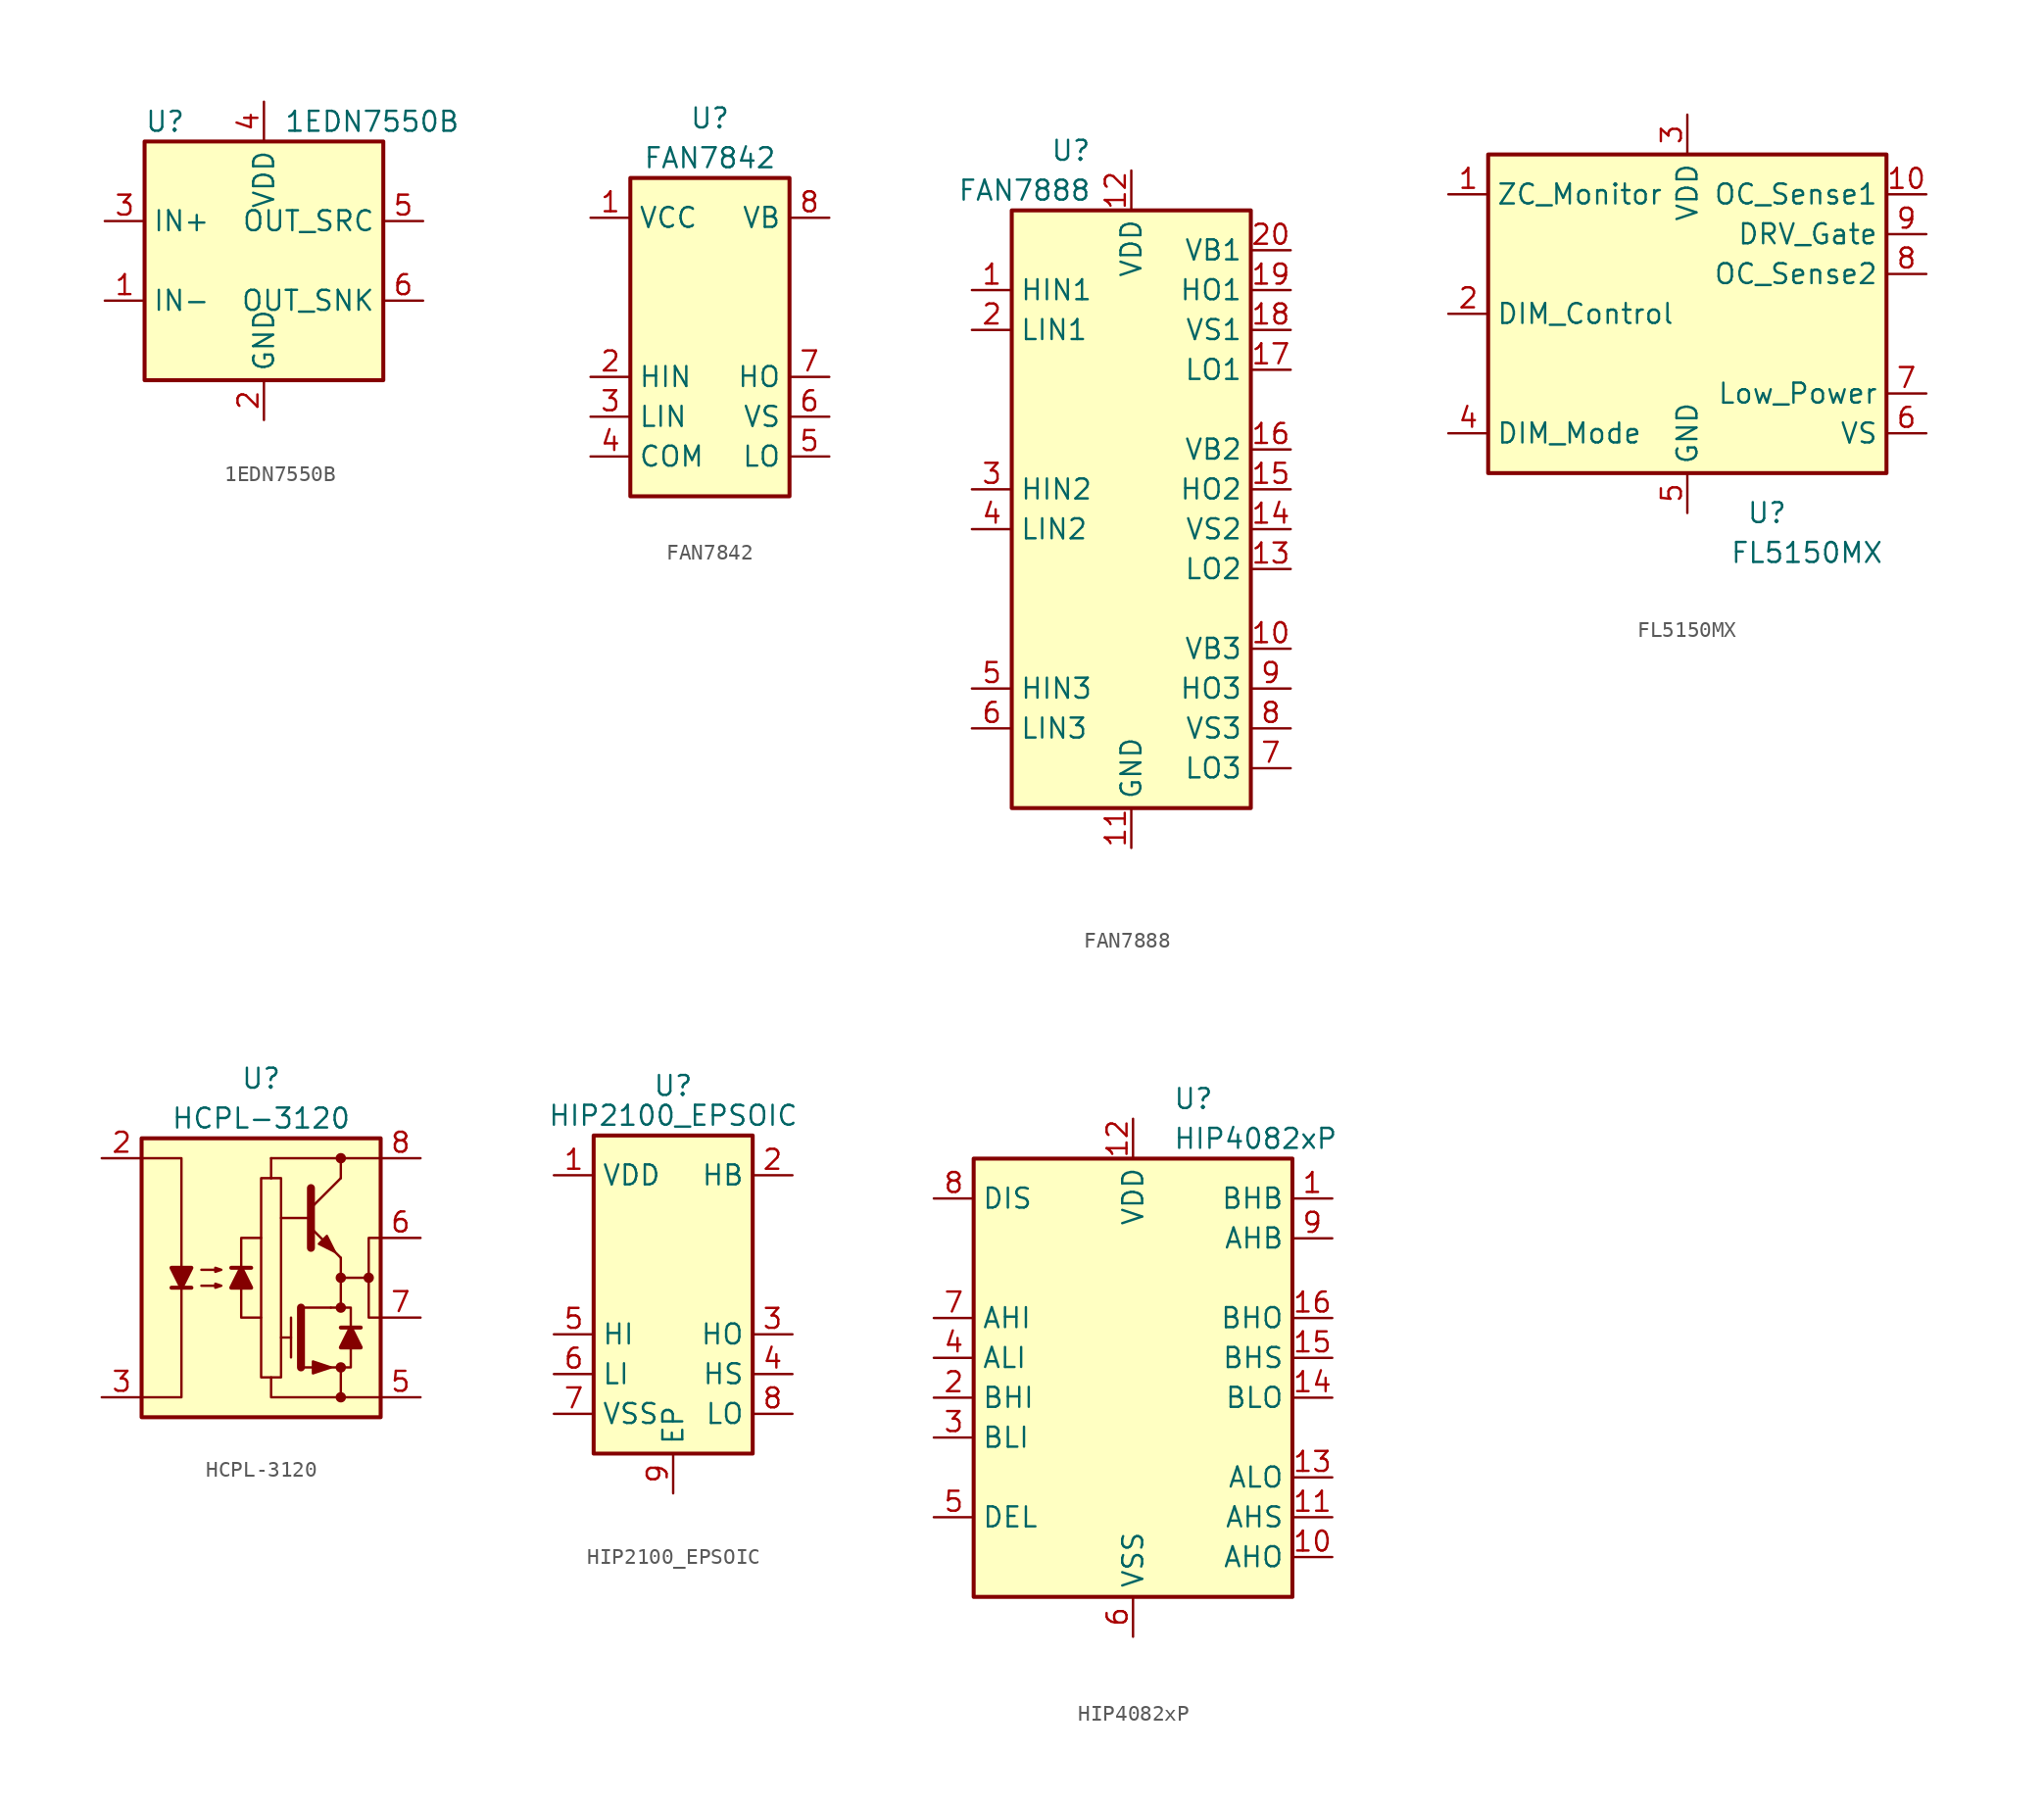
<source format=kicad_sym>
(kicad_symbol_lib
  (version 20201005)
  (generator kicad_symbol_editor)
  (symbol "Driver_FET:1EDN7550B"
    (property "Reference" "U"
      (at -7.62 8.89 0)
      (effects (font (size 1.27 1.27)) (justify left)))
    (property "Value" "1EDN7550B"
      (at 1.27 8.89 0)
      (effects (font (size 1.27 1.27)) (justify left)))
    (symbol "1EDN7550B_0_1"
      (rectangle (start -7.62 -7.62) (end 7.62 7.62) (stroke (width 0.254)) (fill (type background))))
    (symbol "1EDN7550B_1_1"
      (pin input line (at -10.16 -2.54 0) (length 2.54) (name "IN-" (effects (font (size 1.27 1.27)))) (number "1" (effects (font (size 1.27 1.27)))))
      (pin power_in line (at 0 -10.16 90) (length 2.54) (name "GND" (effects (font (size 1.27 1.27)))) (number "2" (effects (font (size 1.27 1.27)))))
      (pin input line (at -10.16 2.54 0) (length 2.54) (name "IN+" (effects (font (size 1.27 1.27)))) (number "3" (effects (font (size 1.27 1.27)))))
      (pin power_in line (at 0 10.16 270) (length 2.54) (name "VDD" (effects (font (size 1.27 1.27)))) (number "4" (effects (font (size 1.27 1.27)))))
      (pin output line (at 10.16 2.54 180) (length 2.54) (name "OUT_SRC" (effects (font (size 1.27 1.27)))) (number "5" (effects (font (size 1.27 1.27)))))
      (pin output line (at 10.16 -2.54 180) (length 2.54) (name "OUT_SNK" (effects (font (size 1.27 1.27)))) (number "6" (effects (font (size 1.27 1.27)))))))
  (symbol "Driver_FET:FAN7842"
    (property "Reference" "U"
      (at 0 13.97 0)
      (effects (font (size 1.27 1.27))))
    (property "Value" "FAN7842"
      (at 0 11.43 0)
      (effects (font (size 1.27 1.27))))
    (symbol "FAN7842_0_1"
      (rectangle (start -5.08 10.16) (end 5.08 -10.16) (stroke (width 0.254)) (fill (type background))))
    (symbol "FAN7842_1_1"
      (pin power_in line (at -7.62 7.62 0) (length 2.54) (name "VCC" (effects (font (size 1.27 1.27)))) (number "1" (effects (font (size 1.27 1.27)))))
      (pin input line (at -7.62 -2.54 0) (length 2.54) (name "HIN" (effects (font (size 1.27 1.27)))) (number "2" (effects (font (size 1.27 1.27)))))
      (pin input line (at -7.62 -5.08 0) (length 2.54) (name "LIN" (effects (font (size 1.27 1.27)))) (number "3" (effects (font (size 1.27 1.27)))))
      (pin power_in line (at -7.62 -7.62 0) (length 2.54) (name "COM" (effects (font (size 1.27 1.27)))) (number "4" (effects (font (size 1.27 1.27)))))
      (pin output line (at 7.62 -7.62 180) (length 2.54) (name "LO" (effects (font (size 1.27 1.27)))) (number "5" (effects (font (size 1.27 1.27)))))
      (pin passive line (at 7.62 -5.08 180) (length 2.54) (name "VS" (effects (font (size 1.27 1.27)))) (number "6" (effects (font (size 1.27 1.27)))))
      (pin output line (at 7.62 -2.54 180) (length 2.54) (name "HO" (effects (font (size 1.27 1.27)))) (number "7" (effects (font (size 1.27 1.27)))))
      (pin passive line (at 7.62 7.62 180) (length 2.54) (name "VB" (effects (font (size 1.27 1.27)))) (number "8" (effects (font (size 1.27 1.27)))))))
  (symbol "Driver_FET:FAN7888"
    (property "Reference" "U"
      (at -2.54 24.13 0)
      (effects (font (size 1.27 1.27)) (justify right)))
    (property "Value" "FAN7888"
      (at -2.54 21.59 0)
      (effects (font (size 1.27 1.27)) (justify right)))
    (symbol "FAN7888_0_1"
      (rectangle (start -7.62 20.32) (end 7.62 -17.78) (stroke (width 0.254)) (fill (type background))))
    (symbol "FAN7888_1_1"
      (pin input line (at -10.16 15.24 0) (length 2.54) (name "HIN1" (effects (font (size 1.27 1.27)))) (number "1" (effects (font (size 1.27 1.27)))))
      (pin passive line (at 10.16 -7.62 180) (length 2.54) (name "VB3" (effects (font (size 1.27 1.27)))) (number "10" (effects (font (size 1.27 1.27)))))
      (pin power_in line (at 0 -20.32 90) (length 2.54) (name "GND" (effects (font (size 1.27 1.27)))) (number "11" (effects (font (size 1.27 1.27)))))
      (pin power_in line (at 0 22.86 270) (length 2.54) (name "VDD" (effects (font (size 1.27 1.27)))) (number "12" (effects (font (size 1.27 1.27)))))
      (pin output line (at 10.16 -2.54 180) (length 2.54) (name "LO2" (effects (font (size 1.27 1.27)))) (number "13" (effects (font (size 1.27 1.27)))))
      (pin passive line (at 10.16 0 180) (length 2.54) (name "VS2" (effects (font (size 1.27 1.27)))) (number "14" (effects (font (size 1.27 1.27)))))
      (pin output line (at 10.16 2.54 180) (length 2.54) (name "HO2" (effects (font (size 1.27 1.27)))) (number "15" (effects (font (size 1.27 1.27)))))
      (pin passive line (at 10.16 5.08 180) (length 2.54) (name "VB2" (effects (font (size 1.27 1.27)))) (number "16" (effects (font (size 1.27 1.27)))))
      (pin output line (at 10.16 10.16 180) (length 2.54) (name "LO1" (effects (font (size 1.27 1.27)))) (number "17" (effects (font (size 1.27 1.27)))))
      (pin passive line (at 10.16 12.7 180) (length 2.54) (name "VS1" (effects (font (size 1.27 1.27)))) (number "18" (effects (font (size 1.27 1.27)))))
      (pin output line (at 10.16 15.24 180) (length 2.54) (name "HO1" (effects (font (size 1.27 1.27)))) (number "19" (effects (font (size 1.27 1.27)))))
      (pin input line (at -10.16 12.7 0) (length 2.54) (name "LIN1" (effects (font (size 1.27 1.27)))) (number "2" (effects (font (size 1.27 1.27)))))
      (pin passive line (at 10.16 17.78 180) (length 2.54) (name "VB1" (effects (font (size 1.27 1.27)))) (number "20" (effects (font (size 1.27 1.27)))))
      (pin input line (at -10.16 2.54 0) (length 2.54) (name "HIN2" (effects (font (size 1.27 1.27)))) (number "3" (effects (font (size 1.27 1.27)))))
      (pin input line (at -10.16 0 0) (length 2.54) (name "LIN2" (effects (font (size 1.27 1.27)))) (number "4" (effects (font (size 1.27 1.27)))))
      (pin input line (at -10.16 -10.16 0) (length 2.54) (name "HIN3" (effects (font (size 1.27 1.27)))) (number "5" (effects (font (size 1.27 1.27)))))
      (pin input line (at -10.16 -12.7 0) (length 2.54) (name "LIN3" (effects (font (size 1.27 1.27)))) (number "6" (effects (font (size 1.27 1.27)))))
      (pin output line (at 10.16 -15.24 180) (length 2.54) (name "LO3" (effects (font (size 1.27 1.27)))) (number "7" (effects (font (size 1.27 1.27)))))
      (pin passive line (at 10.16 -12.7 180) (length 2.54) (name "VS3" (effects (font (size 1.27 1.27)))) (number "8" (effects (font (size 1.27 1.27)))))
      (pin output line (at 10.16 -10.16 180) (length 2.54) (name "HO3" (effects (font (size 1.27 1.27)))) (number "9" (effects (font (size 1.27 1.27)))))))
  (symbol "Driver_FET:FL5150MX"
    (property "Reference" "U"
      (at 5.08 -12.7 0)
      (effects (font (size 1.27 1.27))))
    (property "Value" "FL5150MX"
      (at 7.62 -15.24 0)
      (effects (font (size 1.27 1.27))))
    (symbol "FL5150MX_0_1"
      (rectangle (start -12.7 10.16) (end 12.7 -10.16) (stroke (width 0.254)) (fill (type background))))
    (symbol "FL5150MX_1_1"
      (pin input line (at -15.24 7.62 0) (length 2.54) (name "ZC_Monitor" (effects (font (size 1.27 1.27)))) (number "1" (effects (font (size 1.27 1.27)))))
      (pin input line (at 15.24 7.62 180) (length 2.54) (name "OC_Sense1" (effects (font (size 1.27 1.27)))) (number "10" (effects (font (size 1.27 1.27)))))
      (pin input line (at -15.24 0 0) (length 2.54) (name "DIM_Control" (effects (font (size 1.27 1.27)))) (number "2" (effects (font (size 1.27 1.27)))))
      (pin power_out line (at 0 12.7 270) (length 2.54) (name "VDD" (effects (font (size 1.27 1.27)))) (number "3" (effects (font (size 1.27 1.27)))))
      (pin input line (at -15.24 -7.62 0) (length 2.54) (name "DIM_Mode" (effects (font (size 1.27 1.27)))) (number "4" (effects (font (size 1.27 1.27)))))
      (pin power_out line (at 0 -12.7 90) (length 2.54) (name "GND" (effects (font (size 1.27 1.27)))) (number "5" (effects (font (size 1.27 1.27)))))
      (pin power_in line (at 15.24 -7.62 180) (length 2.54) (name "VS" (effects (font (size 1.27 1.27)))) (number "6" (effects (font (size 1.27 1.27)))))
      (pin input line (at 15.24 -5.08 180) (length 2.54) (name "Low_Power" (effects (font (size 1.27 1.27)))) (number "7" (effects (font (size 1.27 1.27)))))
      (pin input line (at 15.24 2.54 180) (length 2.54) (name "OC_Sense2" (effects (font (size 1.27 1.27)))) (number "8" (effects (font (size 1.27 1.27)))))
      (pin output line (at 15.24 5.08 180) (length 2.54) (name "DRV_Gate" (effects (font (size 1.27 1.27)))) (number "9" (effects (font (size 1.27 1.27)))))))
  (symbol "Driver_FET:HCPL-3120"
    (pin_names hide)
    (property "Reference" "U"
      (at 0 12.7 0)
      (effects (font (size 1.27 1.27))))
    (property "Value" "HCPL-3120"
      (at 0 10.16 0)
      (effects (font (size 1.27 1.27))))
    (symbol "HCPL-3120_0_1"
      (circle (center 5.08 -7.62) (radius 0.254) (stroke (width 0)) (fill (type outline)))
      (circle (center 5.08 -5.715) (radius 0.254) (stroke (width 0)) (fill (type outline)))
      (circle (center 5.08 -1.905) (radius 0.254) (stroke (width 0)) (fill (type outline)))
      (circle (center 5.08 0) (radius 0.254) (stroke (width 0)) (fill (type outline)))
      (circle (center 5.08 7.62) (radius 0.254) (stroke (width 0)) (fill (type outline)))
      (circle (center 6.858 0) (radius 0.254) (stroke (width 0)) (fill (type outline)))
      (rectangle (start -7.62 8.89) (end 7.62 -8.89) (stroke (width 0.254)) (fill (type background)))
      (rectangle (start 0.635 6.35) (end 0.635 6.35) (stroke (width 0)) (fill (type none)))
      (rectangle (start 0.635 6.35) (end 0.635 7.62) (stroke (width 0)) (fill (type none)))
      (polyline (pts (xy -5.715 -0.635) (xy -4.445 -0.635)) (stroke (width 0.254)) (fill (type none)))
      (polyline (pts (xy -0.635 0.635) (xy -1.905 0.635)) (stroke (width 0.254)) (fill (type none)))
      (polyline (pts (xy 1.27 -3.81) (xy 1.905 -3.81)) (stroke (width 0)) (fill (type none)))
      (polyline (pts (xy 1.905 -5.08) (xy 1.905 -2.54)) (stroke (width 0)) (fill (type none)))
      (polyline (pts (xy 2.54 -5.715) (xy 2.54 -1.905)) (stroke (width 0.508)) (fill (type none)))
      (polyline (pts (xy 3.048 3.81) (xy 1.27 3.81)) (stroke (width 0)) (fill (type none)))
      (polyline (pts (xy 3.175 4.445) (xy 5.08 6.35)) (stroke (width 0)) (fill (type none)))
      (polyline (pts (xy 4.445 -1.905) (xy 2.54 -1.905)) (stroke (width 0)) (fill (type none)))
      (polyline (pts (xy 5.08 -5.715) (xy 5.08 -7.62)) (stroke (width 0)) (fill (type none)))
      (polyline (pts (xy 5.08 0) (xy 6.858 0)) (stroke (width 0)) (fill (type none)))
      (polyline (pts (xy 5.08 1.27) (xy 3.175 3.175)) (stroke (width 0)) (fill (type outline)))
      (polyline (pts (xy 5.08 1.27) (xy 5.08 -1.905)) (stroke (width 0)) (fill (type none)))
      (polyline (pts (xy 5.08 6.35) (xy 5.08 7.62)) (stroke (width 0)) (fill (type none)))
      (polyline (pts (xy 6.35 -3.175) (xy 5.08 -3.175)) (stroke (width 0.254)) (fill (type none)))
      (polyline (pts (xy 7.62 7.62) (xy 0.635 7.62)) (stroke (width 0)) (fill (type none)))
      (polyline (pts (xy -1.27 -0.635) (xy -1.27 -2.54) (xy 0 -2.54)) (stroke (width 0)) (fill (type none)))
      (polyline (pts (xy -1.27 0.635) (xy -1.27 2.54) (xy 0 2.54)) (stroke (width 0)) (fill (type none)))
      (polyline (pts (xy 0.635 -6.35) (xy 0.635 -7.62) (xy 7.62 -7.62)) (stroke (width 0)) (fill (type none)))
      (polyline (pts (xy 3.175 5.715) (xy 3.175 1.905) (xy 3.175 1.905)) (stroke (width 0.508)) (fill (type none)))
      (polyline (pts (xy 4.445 -1.905) (xy 5.715 -1.905) (xy 5.715 -3.175)) (stroke (width 0)) (fill (type none)))
      (polyline (pts (xy 5.715 -4.445) (xy 5.715 -5.715) (xy 2.54 -5.715)) (stroke (width 0)) (fill (type none)))
      (polyline (pts (xy -7.62 7.62) (xy -5.08 7.62) (xy -5.08 -7.62) (xy -7.62 -7.62)) (stroke (width 0)) (fill (type none)))
      (polyline (pts (xy -5.08 -0.635) (xy -5.715 0.635) (xy -4.445 0.635) (xy -5.08 -0.635)) (stroke (width 0.254)) (fill (type outline)))
      (polyline (pts (xy -1.27 0.635) (xy -0.635 -0.635) (xy -1.905 -0.635) (xy -1.27 0.635)) (stroke (width 0.254)) (fill (type outline)))
      (polyline (pts (xy 4.445 -5.715) (xy 3.302 -5.334) (xy 3.302 -6.096) (xy 4.445 -5.715)) (stroke (width 0)) (fill (type outline)))
      (polyline (pts (xy 5.715 -3.175) (xy 6.35 -4.445) (xy 5.08 -4.445) (xy 5.715 -3.175)) (stroke (width 0.254)) (fill (type outline)))
      (polyline (pts (xy 7.62 2.54) (xy 6.858 2.54) (xy 6.858 -2.54) (xy 7.62 -2.54)) (stroke (width 0)) (fill (type none)))
      (polyline (pts (xy -3.81 -0.508) (xy -2.54 -0.508) (xy -2.921 -0.635) (xy -2.921 -0.381) (xy -2.54 -0.508)) (stroke (width 0)) (fill (type none)))
      (polyline (pts (xy -3.81 0.508) (xy -2.54 0.508) (xy -2.921 0.381) (xy -2.921 0.635) (xy -2.54 0.508)) (stroke (width 0)) (fill (type none)))
      (polyline (pts (xy 1.27 6.35) (xy 1.27 -6.35) (xy 0 -6.35) (xy 0 6.35) (xy 1.27 6.35)) (stroke (width 0)) (fill (type none)))
      (polyline (pts (xy 3.683 2.159) (xy 4.191 2.667) (xy 4.699 1.651) (xy 3.683 2.159) (xy 3.683 2.159)) (stroke (width 0)) (fill (type outline))))
    (symbol "HCPL-3120_1_1"
      (pin no_connect line (at -7.62 2.54 0) (length 2.54) hide (name "NC" (effects (font (size 1.27 1.27)))) (number "1" (effects (font (size 1.27 1.27)))))
      (pin passive line (at -10.16 7.62 0) (length 2.54) (name "A" (effects (font (size 1.27 1.27)))) (number "2" (effects (font (size 1.27 1.27)))))
      (pin passive line (at -10.16 -7.62 0) (length 2.54) (name "C" (effects (font (size 1.27 1.27)))) (number "3" (effects (font (size 1.27 1.27)))))
      (pin no_connect line (at -7.62 -2.54 0) (length 2.54) hide (name "NC" (effects (font (size 1.27 1.27)))) (number "4" (effects (font (size 1.27 1.27)))))
      (pin power_out line (at 10.16 -7.62 180) (length 2.54) (name "VEE" (effects (font (size 1.27 1.27)))) (number "5" (effects (font (size 1.27 1.27)))))
      (pin output line (at 10.16 2.54 180) (length 2.54) (name "VO" (effects (font (size 1.27 1.27)))) (number "6" (effects (font (size 1.27 1.27)))))
      (pin output line (at 10.16 -2.54 180) (length 2.54) (name "VO" (effects (font (size 1.27 1.27)))) (number "7" (effects (font (size 1.27 1.27)))))
      (pin power_in line (at 10.16 7.62 180) (length 2.54) (name "VCC" (effects (font (size 1.27 1.27)))) (number "8" (effects (font (size 1.27 1.27)))))))
  (symbol "Driver_FET:HIP2100_EPSOIC"
    (property "Reference" "U"
      (at 0 13.335 0)
      (effects (font (size 1.27 1.27))))
    (property "Value" "HIP2100_EPSOIC"
      (at 0 11.43 0)
      (effects (font (size 1.27 1.27))))
    (symbol "HIP2100_EPSOIC_0_1"
      (rectangle (start -5.08 -10.16) (end 5.08 10.16) (stroke (width 0.254)) (fill (type background))))
    (symbol "HIP2100_EPSOIC_1_1"
      (pin power_in line (at -7.62 7.62 0) (length 2.54) (name "VDD" (effects (font (size 1.27 1.27)))) (number "1" (effects (font (size 1.27 1.27)))))
      (pin passive line (at 7.62 7.62 180) (length 2.54) (name "HB" (effects (font (size 1.27 1.27)))) (number "2" (effects (font (size 1.27 1.27)))))
      (pin output line (at 7.62 -2.54 180) (length 2.54) (name "HO" (effects (font (size 1.27 1.27)))) (number "3" (effects (font (size 1.27 1.27)))))
      (pin passive line (at 7.62 -5.08 180) (length 2.54) (name "HS" (effects (font (size 1.27 1.27)))) (number "4" (effects (font (size 1.27 1.27)))))
      (pin input line (at -7.62 -2.54 0) (length 2.54) (name "HI" (effects (font (size 1.27 1.27)))) (number "5" (effects (font (size 1.27 1.27)))))
      (pin input line (at -7.62 -5.08 0) (length 2.54) (name "LI" (effects (font (size 1.27 1.27)))) (number "6" (effects (font (size 1.27 1.27)))))
      (pin power_in line (at -7.62 -7.62 0) (length 2.54) (name "VSS" (effects (font (size 1.27 1.27)))) (number "7" (effects (font (size 1.27 1.27)))))
      (pin output line (at 7.62 -7.62 180) (length 2.54) (name "LO" (effects (font (size 1.27 1.27)))) (number "8" (effects (font (size 1.27 1.27)))))
      (pin output line (at 0 -12.7 90) (length 2.54) (name "EP" (effects (font (size 1.27 1.27)))) (number "9" (effects (font (size 1.27 1.27)))))))
  (symbol "Driver_FET:HIP4082xP"
    (property "Reference" "U"
      (at 2.54 16.51 0)
      (effects (font (size 1.27 1.27)) (justify left)))
    (property "Value" "HIP4082xP"
      (at 2.54 13.97 0)
      (effects (font (size 1.27 1.27)) (justify left)))
    (symbol "HIP4082xP_0_0"
      (pin passive line (at -12.7 -10.16 0) (length 2.54) (name "DEL" (effects (font (size 1.27 1.27)))) (number "5" (effects (font (size 1.27 1.27))))))
    (symbol "HIP4082xP_1_1"
      (rectangle (start -10.16 -15.24) (end 10.16 12.7) (stroke (width 0.254)) (fill (type background)))
      (pin input line (at 12.7 10.16 180) (length 2.54) (name "BHB" (effects (font (size 1.27 1.27)))) (number "1" (effects (font (size 1.27 1.27)))))
      (pin output line (at 12.7 -12.7 180) (length 2.54) (name "AHO" (effects (font (size 1.27 1.27)))) (number "10" (effects (font (size 1.27 1.27)))))
      (pin passive line (at 12.7 -10.16 180) (length 2.54) (name "AHS" (effects (font (size 1.27 1.27)))) (number "11" (effects (font (size 1.27 1.27)))))
      (pin power_in line (at 0 15.24 270) (length 2.54) (name "VDD" (effects (font (size 1.27 1.27)))) (number "12" (effects (font (size 1.27 1.27)))))
      (pin output line (at 12.7 -7.62 180) (length 2.54) (name "ALO" (effects (font (size 1.27 1.27)))) (number "13" (effects (font (size 1.27 1.27)))))
      (pin output line (at 12.7 -2.54 180) (length 2.54) (name "BLO" (effects (font (size 1.27 1.27)))) (number "14" (effects (font (size 1.27 1.27)))))
      (pin passive line (at 12.7 0 180) (length 2.54) (name "BHS" (effects (font (size 1.27 1.27)))) (number "15" (effects (font (size 1.27 1.27)))))
      (pin output line (at 12.7 2.54 180) (length 2.54) (name "BHO" (effects (font (size 1.27 1.27)))) (number "16" (effects (font (size 1.27 1.27)))))
      (pin input line (at -12.7 -2.54 0) (length 2.54) (name "BHI" (effects (font (size 1.27 1.27)))) (number "2" (effects (font (size 1.27 1.27)))))
      (pin input line (at -12.7 -5.08 0) (length 2.54) (name "BLI" (effects (font (size 1.27 1.27)))) (number "3" (effects (font (size 1.27 1.27)))))
      (pin input line (at -12.7 0 0) (length 2.54) (name "ALI" (effects (font (size 1.27 1.27)))) (number "4" (effects (font (size 1.27 1.27)))))
      (pin power_in line (at 0 -17.78 90) (length 2.54) (name "VSS" (effects (font (size 1.27 1.27)))) (number "6" (effects (font (size 1.27 1.27)))))
      (pin input line (at -12.7 2.54 0) (length 2.54) (name "AHI" (effects (font (size 1.27 1.27)))) (number "7" (effects (font (size 1.27 1.27)))))
      (pin input line (at -12.7 10.16 0) (length 2.54) (name "DIS" (effects (font (size 1.27 1.27)))) (number "8" (effects (font (size 1.27 1.27)))))
      (pin input line (at 12.7 7.62 180) (length 2.54) (name "AHB" (effects (font (size 1.27 1.27)))) (number "9" (effects (font (size 1.27 1.27))))))))
</source>
